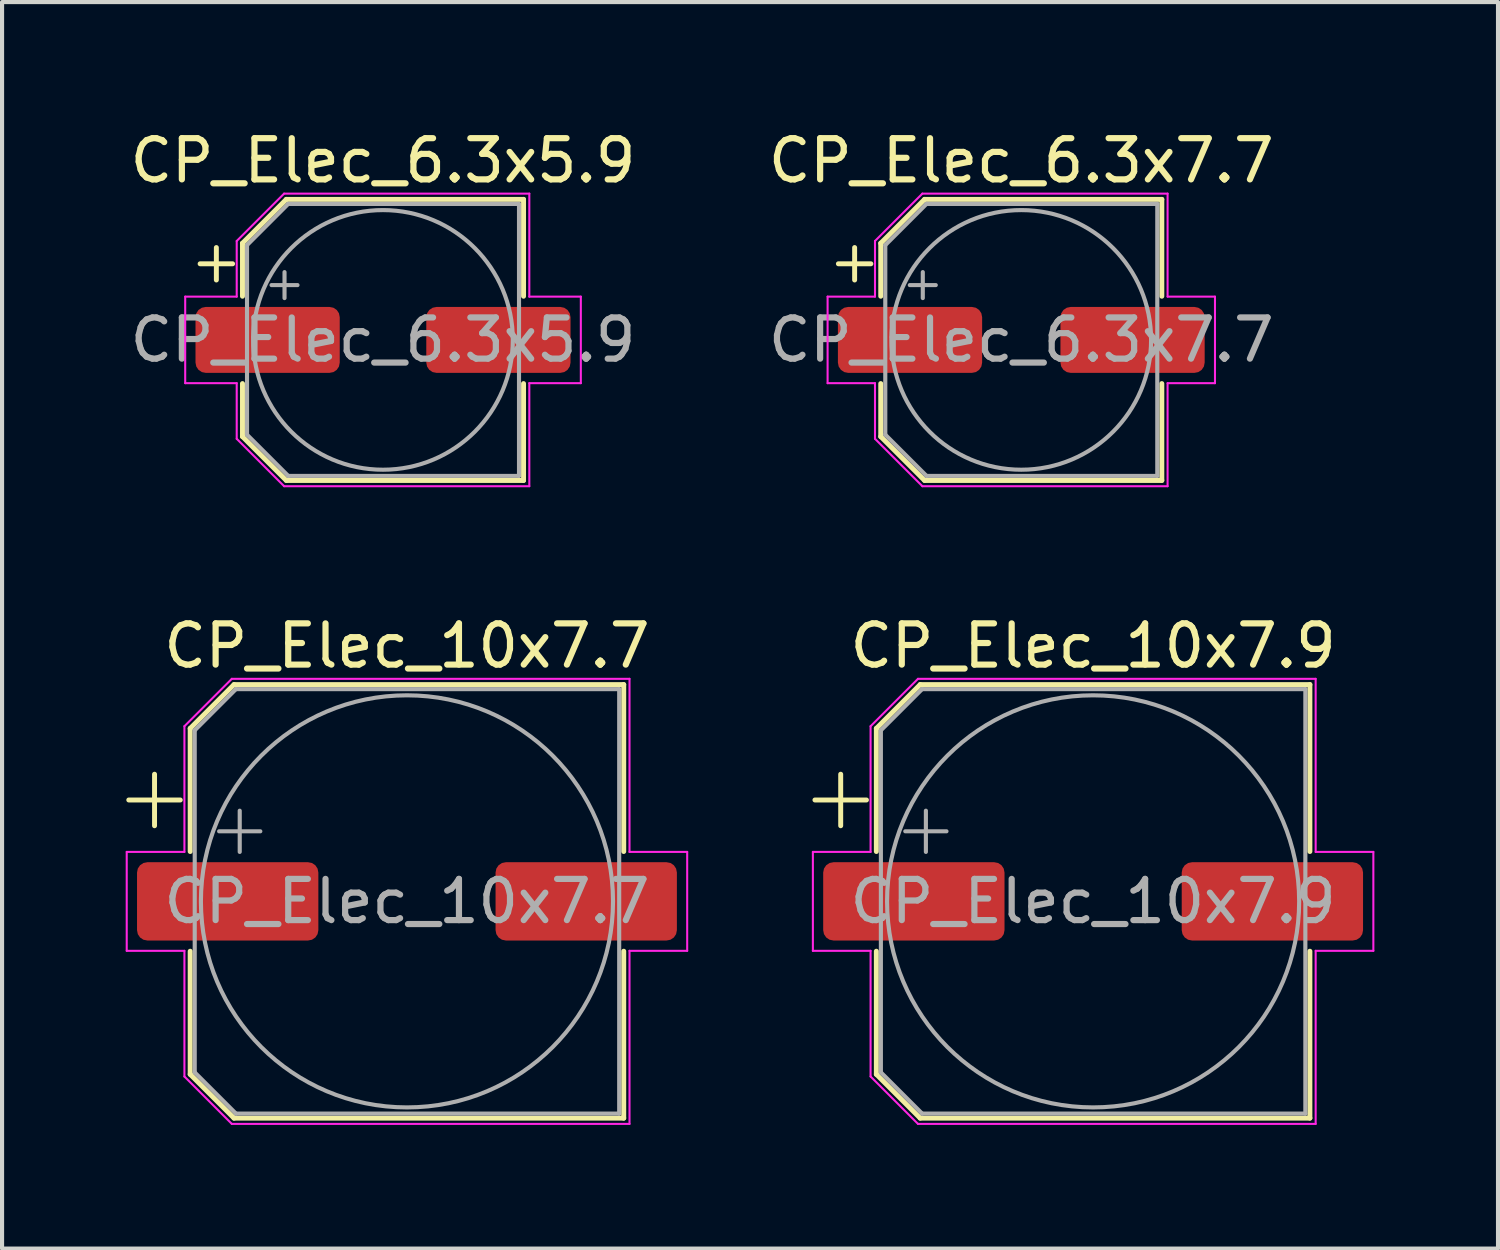
<source format=kicad_pcb>
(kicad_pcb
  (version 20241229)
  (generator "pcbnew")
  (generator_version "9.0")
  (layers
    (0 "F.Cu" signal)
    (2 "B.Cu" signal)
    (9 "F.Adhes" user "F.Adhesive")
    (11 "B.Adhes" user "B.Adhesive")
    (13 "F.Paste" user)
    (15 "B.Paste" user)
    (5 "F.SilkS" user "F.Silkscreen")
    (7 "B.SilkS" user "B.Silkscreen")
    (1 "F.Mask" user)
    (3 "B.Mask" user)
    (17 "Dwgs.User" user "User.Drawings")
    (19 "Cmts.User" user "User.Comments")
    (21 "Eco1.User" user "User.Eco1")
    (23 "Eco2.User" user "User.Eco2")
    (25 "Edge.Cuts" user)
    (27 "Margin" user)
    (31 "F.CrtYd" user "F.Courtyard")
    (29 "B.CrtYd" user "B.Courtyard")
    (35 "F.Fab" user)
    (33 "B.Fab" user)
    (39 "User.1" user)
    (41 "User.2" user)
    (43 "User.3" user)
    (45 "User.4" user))
  (footprint "CP_Elec_6.3x5.9"
    (layer "F.Cu")
    (at 6.244 5.198)
    (property "Reference" "CP_Elec_6.3x5.9" (at 0 -4.35 0) (layer "F.SilkS") (effects (font (size 1 1) (thickness 0.15))))
    (attr smd)
    (fp_line (start -4.438 -1.847) (end -3.65 -1.847) (stroke (width 0.12) (type solid)) (layer "F.SilkS"))
    (fp_line (start -4.044 -2.241) (end -4.044 -1.454) (stroke (width 0.12) (type solid)) (layer "F.SilkS"))
    (fp_line (start -3.41 -2.346) (end -3.41 -1.06) (stroke (width 0.12) (type solid)) (layer "F.SilkS"))
    (fp_line (start -3.41 -2.346) (end -2.346 -3.41) (stroke (width 0.12) (type solid)) (layer "F.SilkS"))
    (fp_line (start -3.41 2.346) (end -3.41 1.06) (stroke (width 0.12) (type solid)) (layer "F.SilkS"))
    (fp_line (start -3.41 2.346) (end -2.346 3.41) (stroke (width 0.12) (type solid)) (layer "F.SilkS"))
    (fp_line (start -2.346 -3.41) (end 3.41 -3.41) (stroke (width 0.12) (type solid)) (layer "F.SilkS"))
    (fp_line (start -2.346 3.41) (end 3.41 3.41) (stroke (width 0.12) (type solid)) (layer "F.SilkS"))
    (fp_line (start 3.41 -3.41) (end 3.41 -1.06) (stroke (width 0.12) (type solid)) (layer "F.SilkS"))
    (fp_line (start 3.41 3.41) (end 3.41 1.06) (stroke (width 0.12) (type solid)) (layer "F.SilkS"))
    (fp_line (start -4.8 -1.05) (end -4.8 1.05) (stroke (width 0.05) (type solid)) (layer "F.CrtYd"))
    (fp_line (start -4.8 1.05) (end -3.55 1.05) (stroke (width 0.05) (type solid)) (layer "F.CrtYd"))
    (fp_line (start -3.55 -2.4) (end -3.55 -1.05) (stroke (width 0.05) (type solid)) (layer "F.CrtYd"))
    (fp_line (start -3.55 -2.4) (end -2.4 -3.55) (stroke (width 0.05) (type solid)) (layer "F.CrtYd"))
    (fp_line (start -3.55 -1.05) (end -4.8 -1.05) (stroke (width 0.05) (type solid)) (layer "F.CrtYd"))
    (fp_line (start -3.55 1.05) (end -3.55 2.4) (stroke (width 0.05) (type solid)) (layer "F.CrtYd"))
    (fp_line (start -3.55 2.4) (end -2.4 3.55) (stroke (width 0.05) (type solid)) (layer "F.CrtYd"))
    (fp_line (start -2.4 -3.55) (end 3.55 -3.55) (stroke (width 0.05) (type solid)) (layer "F.CrtYd"))
    (fp_line (start -2.4 3.55) (end 3.55 3.55) (stroke (width 0.05) (type solid)) (layer "F.CrtYd"))
    (fp_line (start 3.55 -3.55) (end 3.55 -1.05) (stroke (width 0.05) (type solid)) (layer "F.CrtYd"))
    (fp_line (start 3.55 -1.05) (end 4.8 -1.05) (stroke (width 0.05) (type solid)) (layer "F.CrtYd"))
    (fp_line (start 3.55 1.05) (end 3.55 3.55) (stroke (width 0.05) (type solid)) (layer "F.CrtYd"))
    (fp_line (start 4.8 -1.05) (end 4.8 1.05) (stroke (width 0.05) (type solid)) (layer "F.CrtYd"))
    (fp_line (start 4.8 1.05) (end 3.55 1.05) (stroke (width 0.05) (type solid)) (layer "F.CrtYd"))
    (fp_line (start -3.3 -2.3) (end -3.3 2.3) (stroke (width 0.1) (type solid)) (layer "F.Fab"))
    (fp_line (start -3.3 -2.3) (end -2.3 -3.3) (stroke (width 0.1) (type solid)) (layer "F.Fab"))
    (fp_line (start -3.3 2.3) (end -2.3 3.3) (stroke (width 0.1) (type solid)) (layer "F.Fab"))
    (fp_line (start -2.705 -1.33) (end -2.075 -1.33) (stroke (width 0.1) (type solid)) (layer "F.Fab"))
    (fp_line (start -2.39 -1.645) (end -2.39 -1.015) (stroke (width 0.1) (type solid)) (layer "F.Fab"))
    (fp_line (start -2.3 -3.3) (end 3.3 -3.3) (stroke (width 0.1) (type solid)) (layer "F.Fab"))
    (fp_line (start -2.3 3.3) (end 3.3 3.3) (stroke (width 0.1) (type solid)) (layer "F.Fab"))
    (fp_line (start 3.3 -3.3) (end 3.3 3.3) (stroke (width 0.1) (type solid)) (layer "F.Fab"))
    (fp_circle (center 0 0) (end 3.15 0) (stroke (width 0.1) (type solid)) (fill no) (layer "F.Fab"))
    (fp_text user "${REFERENCE}" (at 0 0 0) (layer "F.Fab") (effects (font (size 1 1) (thickness 0.15))))
    (pad "1" smd roundrect (at -2.8 0) (size 3.5 1.6) (layers "F.Cu" "F.Mask" "F.Paste") (roundrect_rratio 0.156))
    (pad "2" smd roundrect (at 2.8 0) (size 3.5 1.6) (layers "F.Cu" "F.Mask" "F.Paste") (roundrect_rratio 0.156)))
  (footprint "CP_Elec_10x7.7"
    (layer "F.Cu")
    (at 6.825 18.822)
    (property "Reference" "CP_Elec_10x7.7" (at 0 -6.2 0) (layer "F.SilkS") (effects (font (size 1 1) (thickness 0.15))))
    (attr smd)
    (fp_line (start -6.75 -2.46) (end -5.5 -2.46) (stroke (width 0.12) (type solid)) (layer "F.SilkS"))
    (fp_line (start -6.125 -3.085) (end -6.125 -1.835) (stroke (width 0.12) (type solid)) (layer "F.SilkS"))
    (fp_line (start -5.26 -4.196) (end -5.26 -1.21) (stroke (width 0.12) (type solid)) (layer "F.SilkS"))
    (fp_line (start -5.26 -4.196) (end -4.196 -5.26) (stroke (width 0.12) (type solid)) (layer "F.SilkS"))
    (fp_line (start -5.26 4.196) (end -5.26 1.21) (stroke (width 0.12) (type solid)) (layer "F.SilkS"))
    (fp_line (start -5.26 4.196) (end -4.196 5.26) (stroke (width 0.12) (type solid)) (layer "F.SilkS"))
    (fp_line (start -4.196 -5.26) (end 5.26 -5.26) (stroke (width 0.12) (type solid)) (layer "F.SilkS"))
    (fp_line (start -4.196 5.26) (end 5.26 5.26) (stroke (width 0.12) (type solid)) (layer "F.SilkS"))
    (fp_line (start 5.26 -5.26) (end 5.26 -1.21) (stroke (width 0.12) (type solid)) (layer "F.SilkS"))
    (fp_line (start 5.26 5.26) (end 5.26 1.21) (stroke (width 0.12) (type solid)) (layer "F.SilkS"))
    (fp_line (start -6.8 -1.2) (end -6.8 1.2) (stroke (width 0.05) (type solid)) (layer "F.CrtYd"))
    (fp_line (start -6.8 1.2) (end -5.4 1.2) (stroke (width 0.05) (type solid)) (layer "F.CrtYd"))
    (fp_line (start -5.4 -4.25) (end -5.4 -1.2) (stroke (width 0.05) (type solid)) (layer "F.CrtYd"))
    (fp_line (start -5.4 -4.25) (end -4.25 -5.4) (stroke (width 0.05) (type solid)) (layer "F.CrtYd"))
    (fp_line (start -5.4 -1.2) (end -6.8 -1.2) (stroke (width 0.05) (type solid)) (layer "F.CrtYd"))
    (fp_line (start -5.4 1.2) (end -5.4 4.25) (stroke (width 0.05) (type solid)) (layer "F.CrtYd"))
    (fp_line (start -5.4 4.25) (end -4.25 5.4) (stroke (width 0.05) (type solid)) (layer "F.CrtYd"))
    (fp_line (start -4.25 -5.4) (end 5.4 -5.4) (stroke (width 0.05) (type solid)) (layer "F.CrtYd"))
    (fp_line (start -4.25 5.4) (end 5.4 5.4) (stroke (width 0.05) (type solid)) (layer "F.CrtYd"))
    (fp_line (start 5.4 -5.4) (end 5.4 -1.2) (stroke (width 0.05) (type solid)) (layer "F.CrtYd"))
    (fp_line (start 5.4 -1.2) (end 6.8 -1.2) (stroke (width 0.05) (type solid)) (layer "F.CrtYd"))
    (fp_line (start 5.4 1.2) (end 5.4 5.4) (stroke (width 0.05) (type solid)) (layer "F.CrtYd"))
    (fp_line (start 6.8 -1.2) (end 6.8 1.2) (stroke (width 0.05) (type solid)) (layer "F.CrtYd"))
    (fp_line (start 6.8 1.2) (end 5.4 1.2) (stroke (width 0.05) (type solid)) (layer "F.CrtYd"))
    (fp_line (start -5.15 -4.15) (end -5.15 4.15) (stroke (width 0.1) (type solid)) (layer "F.Fab"))
    (fp_line (start -5.15 -4.15) (end -4.15 -5.15) (stroke (width 0.1) (type solid)) (layer "F.Fab"))
    (fp_line (start -5.15 4.15) (end -4.15 5.15) (stroke (width 0.1) (type solid)) (layer "F.Fab"))
    (fp_line (start -4.558 -1.7) (end -3.558 -1.7) (stroke (width 0.1) (type solid)) (layer "F.Fab"))
    (fp_line (start -4.15 -5.15) (end 5.15 -5.15) (stroke (width 0.1) (type solid)) (layer "F.Fab"))
    (fp_line (start -4.15 5.15) (end 5.15 5.15) (stroke (width 0.1) (type solid)) (layer "F.Fab"))
    (fp_line (start -4.058 -2.2) (end -4.058 -1.2) (stroke (width 0.1) (type solid)) (layer "F.Fab"))
    (fp_line (start 5.15 -5.15) (end 5.15 5.15) (stroke (width 0.1) (type solid)) (layer "F.Fab"))
    (fp_circle (center 0 0) (end 5 0) (stroke (width 0.1) (type solid)) (fill no) (layer "F.Fab"))
    (fp_text user "${REFERENCE}" (at 0 0 0) (layer "F.Fab") (effects (font (size 1 1) (thickness 0.15))))
    (pad "1" smd roundrect (at -4.35 0) (size 4.4 1.9) (layers "F.Cu" "F.Mask" "F.Paste") (roundrect_rratio 0.132))
    (pad "2" smd roundrect (at 4.35 0) (size 4.4 1.9) (layers "F.Cu" "F.Mask" "F.Paste") (roundrect_rratio 0.132)))
  (footprint "CP_Elec_10x7.9"
    (layer "F.Cu")
    (at 23.475 18.822)
    (property "Reference" "CP_Elec_10x7.9" (at 0 -6.2 0) (layer "F.SilkS") (effects (font (size 1 1) (thickness 0.15))))
    (attr smd)
    (fp_line (start -6.75 -2.46) (end -5.5 -2.46) (stroke (width 0.12) (type solid)) (layer "F.SilkS"))
    (fp_line (start -6.125 -3.085) (end -6.125 -1.835) (stroke (width 0.12) (type solid)) (layer "F.SilkS"))
    (fp_line (start -5.26 -4.196) (end -5.26 -1.21) (stroke (width 0.12) (type solid)) (layer "F.SilkS"))
    (fp_line (start -5.26 -4.196) (end -4.196 -5.26) (stroke (width 0.12) (type solid)) (layer "F.SilkS"))
    (fp_line (start -5.26 4.196) (end -5.26 1.21) (stroke (width 0.12) (type solid)) (layer "F.SilkS"))
    (fp_line (start -5.26 4.196) (end -4.196 5.26) (stroke (width 0.12) (type solid)) (layer "F.SilkS"))
    (fp_line (start -4.196 -5.26) (end 5.26 -5.26) (stroke (width 0.12) (type solid)) (layer "F.SilkS"))
    (fp_line (start -4.196 5.26) (end 5.26 5.26) (stroke (width 0.12) (type solid)) (layer "F.SilkS"))
    (fp_line (start 5.26 -5.26) (end 5.26 -1.21) (stroke (width 0.12) (type solid)) (layer "F.SilkS"))
    (fp_line (start 5.26 5.26) (end 5.26 1.21) (stroke (width 0.12) (type solid)) (layer "F.SilkS"))
    (fp_line (start -6.8 -1.2) (end -6.8 1.2) (stroke (width 0.05) (type solid)) (layer "F.CrtYd"))
    (fp_line (start -6.8 1.2) (end -5.4 1.2) (stroke (width 0.05) (type solid)) (layer "F.CrtYd"))
    (fp_line (start -5.4 -4.25) (end -5.4 -1.2) (stroke (width 0.05) (type solid)) (layer "F.CrtYd"))
    (fp_line (start -5.4 -4.25) (end -4.25 -5.4) (stroke (width 0.05) (type solid)) (layer "F.CrtYd"))
    (fp_line (start -5.4 -1.2) (end -6.8 -1.2) (stroke (width 0.05) (type solid)) (layer "F.CrtYd"))
    (fp_line (start -5.4 1.2) (end -5.4 4.25) (stroke (width 0.05) (type solid)) (layer "F.CrtYd"))
    (fp_line (start -5.4 4.25) (end -4.25 5.4) (stroke (width 0.05) (type solid)) (layer "F.CrtYd"))
    (fp_line (start -4.25 -5.4) (end 5.4 -5.4) (stroke (width 0.05) (type solid)) (layer "F.CrtYd"))
    (fp_line (start -4.25 5.4) (end 5.4 5.4) (stroke (width 0.05) (type solid)) (layer "F.CrtYd"))
    (fp_line (start 5.4 -5.4) (end 5.4 -1.2) (stroke (width 0.05) (type solid)) (layer "F.CrtYd"))
    (fp_line (start 5.4 -1.2) (end 6.8 -1.2) (stroke (width 0.05) (type solid)) (layer "F.CrtYd"))
    (fp_line (start 5.4 1.2) (end 5.4 5.4) (stroke (width 0.05) (type solid)) (layer "F.CrtYd"))
    (fp_line (start 6.8 -1.2) (end 6.8 1.2) (stroke (width 0.05) (type solid)) (layer "F.CrtYd"))
    (fp_line (start 6.8 1.2) (end 5.4 1.2) (stroke (width 0.05) (type solid)) (layer "F.CrtYd"))
    (fp_line (start -5.15 -4.15) (end -5.15 4.15) (stroke (width 0.1) (type solid)) (layer "F.Fab"))
    (fp_line (start -5.15 -4.15) (end -4.15 -5.15) (stroke (width 0.1) (type solid)) (layer "F.Fab"))
    (fp_line (start -5.15 4.15) (end -4.15 5.15) (stroke (width 0.1) (type solid)) (layer "F.Fab"))
    (fp_line (start -4.558 -1.7) (end -3.558 -1.7) (stroke (width 0.1) (type solid)) (layer "F.Fab"))
    (fp_line (start -4.15 -5.15) (end 5.15 -5.15) (stroke (width 0.1) (type solid)) (layer "F.Fab"))
    (fp_line (start -4.15 5.15) (end 5.15 5.15) (stroke (width 0.1) (type solid)) (layer "F.Fab"))
    (fp_line (start -4.058 -2.2) (end -4.058 -1.2) (stroke (width 0.1) (type solid)) (layer "F.Fab"))
    (fp_line (start 5.15 -5.15) (end 5.15 5.15) (stroke (width 0.1) (type solid)) (layer "F.Fab"))
    (fp_circle (center 0 0) (end 5 0) (stroke (width 0.1) (type solid)) (fill no) (layer "F.Fab"))
    (fp_text user "${REFERENCE}" (at 0 0 0) (layer "F.Fab") (effects (font (size 1 1) (thickness 0.15))))
    (pad "1" smd roundrect (at -4.35 0) (size 4.4 1.9) (layers "F.Cu" "F.Mask" "F.Paste") (roundrect_rratio 0.132))
    (pad "2" smd roundrect (at 4.35 0) (size 4.4 1.9) (layers "F.Cu" "F.Mask" "F.Paste") (roundrect_rratio 0.132)))
  (footprint "CP_Elec_6.3x7.7"
    (layer "F.Cu")
    (at 21.732 5.198)
    (property "Reference" "CP_Elec_6.3x7.7" (at 0 -4.35 0) (layer "F.SilkS") (effects (font (size 1 1) (thickness 0.15))))
    (attr smd)
    (fp_line (start -4.438 -1.847) (end -3.65 -1.847) (stroke (width 0.12) (type solid)) (layer "F.SilkS"))
    (fp_line (start -4.044 -2.241) (end -4.044 -1.454) (stroke (width 0.12) (type solid)) (layer "F.SilkS"))
    (fp_line (start -3.41 -2.346) (end -3.41 -1.06) (stroke (width 0.12) (type solid)) (layer "F.SilkS"))
    (fp_line (start -3.41 -2.346) (end -2.346 -3.41) (stroke (width 0.12) (type solid)) (layer "F.SilkS"))
    (fp_line (start -3.41 2.346) (end -3.41 1.06) (stroke (width 0.12) (type solid)) (layer "F.SilkS"))
    (fp_line (start -3.41 2.346) (end -2.346 3.41) (stroke (width 0.12) (type solid)) (layer "F.SilkS"))
    (fp_line (start -2.346 -3.41) (end 3.41 -3.41) (stroke (width 0.12) (type solid)) (layer "F.SilkS"))
    (fp_line (start -2.346 3.41) (end 3.41 3.41) (stroke (width 0.12) (type solid)) (layer "F.SilkS"))
    (fp_line (start 3.41 -3.41) (end 3.41 -1.06) (stroke (width 0.12) (type solid)) (layer "F.SilkS"))
    (fp_line (start 3.41 3.41) (end 3.41 1.06) (stroke (width 0.12) (type solid)) (layer "F.SilkS"))
    (fp_line (start -4.7 -1.05) (end -4.7 1.05) (stroke (width 0.05) (type solid)) (layer "F.CrtYd"))
    (fp_line (start -4.7 1.05) (end -3.55 1.05) (stroke (width 0.05) (type solid)) (layer "F.CrtYd"))
    (fp_line (start -3.55 -2.4) (end -3.55 -1.05) (stroke (width 0.05) (type solid)) (layer "F.CrtYd"))
    (fp_line (start -3.55 -2.4) (end -2.4 -3.55) (stroke (width 0.05) (type solid)) (layer "F.CrtYd"))
    (fp_line (start -3.55 -1.05) (end -4.7 -1.05) (stroke (width 0.05) (type solid)) (layer "F.CrtYd"))
    (fp_line (start -3.55 1.05) (end -3.55 2.4) (stroke (width 0.05) (type solid)) (layer "F.CrtYd"))
    (fp_line (start -3.55 2.4) (end -2.4 3.55) (stroke (width 0.05) (type solid)) (layer "F.CrtYd"))
    (fp_line (start -2.4 -3.55) (end 3.55 -3.55) (stroke (width 0.05) (type solid)) (layer "F.CrtYd"))
    (fp_line (start -2.4 3.55) (end 3.55 3.55) (stroke (width 0.05) (type solid)) (layer "F.CrtYd"))
    (fp_line (start 3.55 -3.55) (end 3.55 -1.05) (stroke (width 0.05) (type solid)) (layer "F.CrtYd"))
    (fp_line (start 3.55 -1.05) (end 4.7 -1.05) (stroke (width 0.05) (type solid)) (layer "F.CrtYd"))
    (fp_line (start 3.55 1.05) (end 3.55 3.55) (stroke (width 0.05) (type solid)) (layer "F.CrtYd"))
    (fp_line (start 4.7 -1.05) (end 4.7 1.05) (stroke (width 0.05) (type solid)) (layer "F.CrtYd"))
    (fp_line (start 4.7 1.05) (end 3.55 1.05) (stroke (width 0.05) (type solid)) (layer "F.CrtYd"))
    (fp_line (start -3.3 -2.3) (end -3.3 2.3) (stroke (width 0.1) (type solid)) (layer "F.Fab"))
    (fp_line (start -3.3 -2.3) (end -2.3 -3.3) (stroke (width 0.1) (type solid)) (layer "F.Fab"))
    (fp_line (start -3.3 2.3) (end -2.3 3.3) (stroke (width 0.1) (type solid)) (layer "F.Fab"))
    (fp_line (start -2.705 -1.33) (end -2.075 -1.33) (stroke (width 0.1) (type solid)) (layer "F.Fab"))
    (fp_line (start -2.39 -1.645) (end -2.39 -1.015) (stroke (width 0.1) (type solid)) (layer "F.Fab"))
    (fp_line (start -2.3 -3.3) (end 3.3 -3.3) (stroke (width 0.1) (type solid)) (layer "F.Fab"))
    (fp_line (start -2.3 3.3) (end 3.3 3.3) (stroke (width 0.1) (type solid)) (layer "F.Fab"))
    (fp_line (start 3.3 -3.3) (end 3.3 3.3) (stroke (width 0.1) (type solid)) (layer "F.Fab"))
    (fp_circle (center 0 0) (end 3.15 0) (stroke (width 0.1) (type solid)) (fill no) (layer "F.Fab"))
    (fp_text user "${REFERENCE}" (at 0 0 0) (layer "F.Fab") (effects (font (size 1 1) (thickness 0.15))))
    (pad "1" smd roundrect (at -2.7 0) (size 3.5 1.6) (layers "F.Cu" "F.Mask" "F.Paste") (roundrect_rratio 0.156))
    (pad "2" smd roundrect (at 2.7 0) (size 3.5 1.6) (layers "F.Cu" "F.Mask" "F.Paste") (roundrect_rratio 0.156)))
  (gr_rect
    (start -3 -3)
    (end 33.3 27.247)
    (stroke (width 0.1) (type default))
    (fill no)
    (layer "Edge.Cuts")))
</source>
